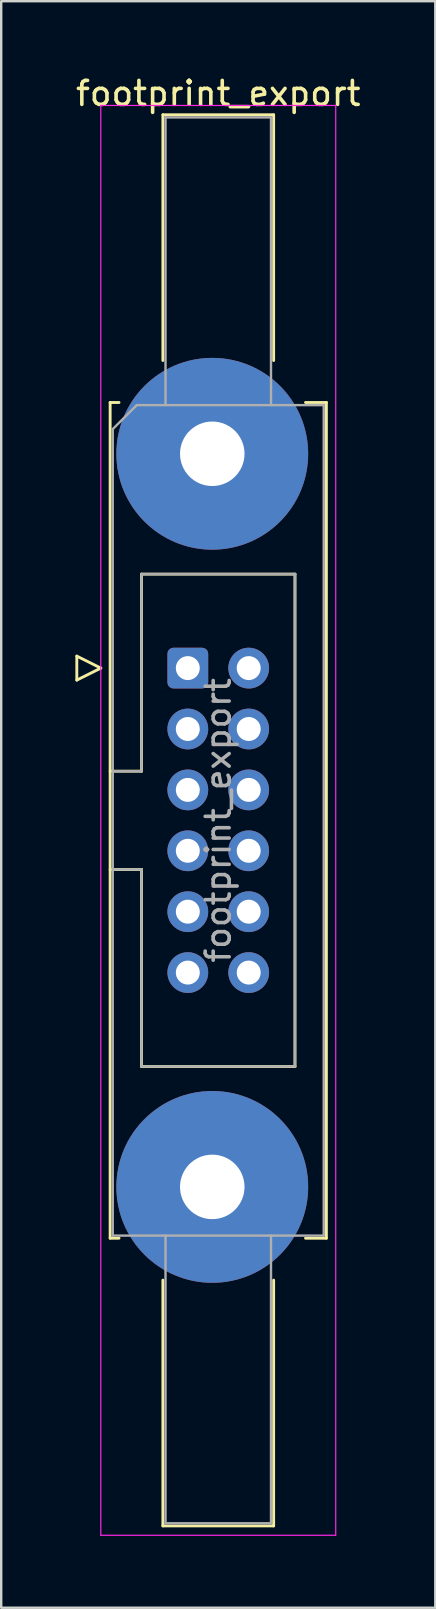
<source format=kicad_pcb>
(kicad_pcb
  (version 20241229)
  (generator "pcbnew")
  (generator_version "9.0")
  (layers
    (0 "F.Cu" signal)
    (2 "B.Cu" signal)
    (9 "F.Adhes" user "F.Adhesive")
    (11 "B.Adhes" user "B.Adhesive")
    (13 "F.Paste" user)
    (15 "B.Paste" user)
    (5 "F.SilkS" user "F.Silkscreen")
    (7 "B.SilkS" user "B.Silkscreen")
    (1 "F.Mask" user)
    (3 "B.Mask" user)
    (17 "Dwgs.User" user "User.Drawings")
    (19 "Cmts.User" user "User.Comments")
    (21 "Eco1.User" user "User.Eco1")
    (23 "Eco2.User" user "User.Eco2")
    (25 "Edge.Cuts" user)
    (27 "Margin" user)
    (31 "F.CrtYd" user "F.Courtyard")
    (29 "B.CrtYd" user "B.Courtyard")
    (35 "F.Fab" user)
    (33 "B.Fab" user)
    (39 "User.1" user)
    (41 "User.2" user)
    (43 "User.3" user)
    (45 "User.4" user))
  (footprint "footprint_export"
    (layer "F.Cu")
    (at 4.784 24.818)
    (property "Reference" "footprint_export" (at 1.27 -23.97 0) (layer "F.SilkS") (effects (font (size 1 1) (thickness 0.15))))
    (attr through_hole)
    (fp_line (start -4.63 -0.5) (end -4.63 0.5) (stroke (width 0.12) (type solid)) (layer "F.SilkS"))
    (fp_line (start -4.63 0.5) (end -3.63 0) (stroke (width 0.12) (type solid)) (layer "F.SilkS"))
    (fp_line (start -3.63 0) (end -4.63 -0.5) (stroke (width 0.12) (type solid)) (layer "F.SilkS"))
    (fp_line (start -3.24 -11.08) (end -3.24 23.78) (stroke (width 0.12) (type solid)) (layer "F.SilkS"))
    (fp_line (start -3.24 4.3) (end -1.93 4.3) (stroke (width 0.12) (type solid)) (layer "F.SilkS"))
    (fp_line (start -3.24 23.78) (end -2.87 23.78) (stroke (width 0.12) (type solid)) (layer "F.SilkS"))
    (fp_line (start -2.87 -11.08) (end -3.24 -11.08) (stroke (width 0.12) (type solid)) (layer "F.SilkS"))
    (fp_line (start -1.93 -3.92) (end 4.47 -3.92) (stroke (width 0.12) (type solid)) (layer "F.SilkS"))
    (fp_line (start -1.93 4.3) (end -1.93 -3.92) (stroke (width 0.12) (type solid)) (layer "F.SilkS"))
    (fp_line (start -1.93 8.4) (end -3.24 8.4) (stroke (width 0.12) (type solid)) (layer "F.SilkS"))
    (fp_line (start -1.93 8.4) (end -1.93 8.4) (stroke (width 0.12) (type solid)) (layer "F.SilkS"))
    (fp_line (start -1.93 16.62) (end -1.93 8.4) (stroke (width 0.12) (type solid)) (layer "F.SilkS"))
    (fp_line (start -1.04 -23.08) (end 3.58 -23.08) (stroke (width 0.12) (type solid)) (layer "F.SilkS"))
    (fp_line (start -1.04 -12.83) (end -1.04 -23.08) (stroke (width 0.12) (type solid)) (layer "F.SilkS"))
    (fp_line (start -1.04 25.53) (end -1.04 35.78) (stroke (width 0.12) (type solid)) (layer "F.SilkS"))
    (fp_line (start -1.04 35.78) (end 3.58 35.78) (stroke (width 0.12) (type solid)) (layer "F.SilkS"))
    (fp_line (start 3.58 -23.08) (end 3.58 -12.83) (stroke (width 0.12) (type solid)) (layer "F.SilkS"))
    (fp_line (start 3.58 35.78) (end 3.58 25.53) (stroke (width 0.12) (type solid)) (layer "F.SilkS"))
    (fp_line (start 4.47 -3.92) (end 4.47 16.62) (stroke (width 0.12) (type solid)) (layer "F.SilkS"))
    (fp_line (start 4.47 16.62) (end -1.93 16.62) (stroke (width 0.12) (type solid)) (layer "F.SilkS"))
    (fp_line (start 4.91 -11.08) (end 5.78 -11.08) (stroke (width 0.12) (type solid)) (layer "F.SilkS"))
    (fp_line (start 5.78 -11.08) (end 5.78 23.78) (stroke (width 0.12) (type solid)) (layer "F.SilkS"))
    (fp_line (start 5.78 23.78) (end 4.91 23.78) (stroke (width 0.12) (type solid)) (layer "F.SilkS"))
    (fp_line (start -3.63 -23.47) (end -3.63 36.17) (stroke (width 0.05) (type solid)) (layer "F.CrtYd"))
    (fp_line (start -3.63 36.17) (end 6.17 36.17) (stroke (width 0.05) (type solid)) (layer "F.CrtYd"))
    (fp_line (start 6.17 -23.47) (end -3.63 -23.47) (stroke (width 0.05) (type solid)) (layer "F.CrtYd"))
    (fp_line (start 6.17 36.17) (end 6.17 -23.47) (stroke (width 0.05) (type solid)) (layer "F.CrtYd"))
    (fp_line (start -3.13 -9.97) (end -2.13 -10.97) (stroke (width 0.1) (type solid)) (layer "F.Fab"))
    (fp_line (start -3.13 4.3) (end -1.93 4.3) (stroke (width 0.1) (type solid)) (layer "F.Fab"))
    (fp_line (start -3.13 23.67) (end -3.13 -9.97) (stroke (width 0.1) (type solid)) (layer "F.Fab"))
    (fp_line (start -2.13 -10.97) (end 5.67 -10.97) (stroke (width 0.1) (type solid)) (layer "F.Fab"))
    (fp_line (start -1.93 -3.92) (end 4.47 -3.92) (stroke (width 0.1) (type solid)) (layer "F.Fab"))
    (fp_line (start -1.93 4.3) (end -1.93 -3.92) (stroke (width 0.1) (type solid)) (layer "F.Fab"))
    (fp_line (start -1.93 8.4) (end -3.13 8.4) (stroke (width 0.1) (type solid)) (layer "F.Fab"))
    (fp_line (start -1.93 8.4) (end -1.93 8.4) (stroke (width 0.1) (type solid)) (layer "F.Fab"))
    (fp_line (start -1.93 16.62) (end -1.93 8.4) (stroke (width 0.1) (type solid)) (layer "F.Fab"))
    (fp_line (start -0.93 -22.97) (end 3.47 -22.97) (stroke (width 0.1) (type solid)) (layer "F.Fab"))
    (fp_line (start -0.93 -10.97) (end -0.93 -22.97) (stroke (width 0.1) (type solid)) (layer "F.Fab"))
    (fp_line (start -0.93 23.67) (end -0.93 35.67) (stroke (width 0.1) (type solid)) (layer "F.Fab"))
    (fp_line (start -0.93 35.67) (end 3.47 35.67) (stroke (width 0.1) (type solid)) (layer "F.Fab"))
    (fp_line (start 3.47 -22.97) (end 3.47 -10.97) (stroke (width 0.1) (type solid)) (layer "F.Fab"))
    (fp_line (start 3.47 35.67) (end 3.47 23.67) (stroke (width 0.1) (type solid)) (layer "F.Fab"))
    (fp_line (start 4.47 -3.92) (end 4.47 16.62) (stroke (width 0.1) (type solid)) (layer "F.Fab"))
    (fp_line (start 4.47 16.62) (end -1.93 16.62) (stroke (width 0.1) (type solid)) (layer "F.Fab"))
    (fp_line (start 5.67 -10.97) (end 5.67 23.67) (stroke (width 0.1) (type solid)) (layer "F.Fab"))
    (fp_line (start 5.67 23.67) (end -3.13 23.67) (stroke (width 0.1) (type solid)) (layer "F.Fab"))
    (fp_text user "${REFERENCE}" (at 1.27 6.35 90) (layer "F.Fab") (effects (font (size 1 1) (thickness 0.15))))
    (pad "1" thru_hole roundrect (at 0 0) (size 1.7 1.7) (drill 1) (layers "*.Cu" "*.Mask") (roundrect_rratio 0.147))
    (pad "2" thru_hole circle (at 2.54 0) (size 1.7 1.7) (drill 1) (layers "*.Cu" "*.Mask"))
    (pad "3" thru_hole circle (at 0 2.54) (size 1.7 1.7) (drill 1) (layers "*.Cu" "*.Mask"))
    (pad "4" thru_hole circle (at 2.54 2.54) (size 1.7 1.7) (drill 1) (layers "*.Cu" "*.Mask"))
    (pad "5" thru_hole circle (at 0 5.08) (size 1.7 1.7) (drill 1) (layers "*.Cu" "*.Mask"))
    (pad "6" thru_hole circle (at 2.54 5.08) (size 1.7 1.7) (drill 1) (layers "*.Cu" "*.Mask"))
    (pad "7" thru_hole circle (at 0 7.62) (size 1.7 1.7) (drill 1) (layers "*.Cu" "*.Mask"))
    (pad "8" thru_hole circle (at 2.54 7.62) (size 1.7 1.7) (drill 1) (layers "*.Cu" "*.Mask"))
    (pad "9" thru_hole circle (at 0 10.16) (size 1.7 1.7) (drill 1) (layers "*.Cu" "*.Mask"))
    (pad "10" thru_hole circle (at 2.54 10.16) (size 1.7 1.7) (drill 1) (layers "*.Cu" "*.Mask"))
    (pad "11" thru_hole circle (at 0 12.7) (size 1.7 1.7) (drill 1) (layers "*.Cu" "*.Mask"))
    (pad "12" thru_hole circle (at 2.54 12.7) (size 1.7 1.7) (drill 1) (layers "*.Cu" "*.Mask"))
    (pad "MP" thru_hole circle (at 1.02 -8.94) (size 8 8) (drill 2.69) (layers "*.Cu" "*.Mask"))
    (pad "MP" thru_hole circle (at 1.02 21.64) (size 8 8) (drill 2.69) (layers "*.Cu" "*.Mask")))
  (gr_rect
    (start -3 -3)
    (end 15.107 64.013)
    (stroke (width 0.1) (type default))
    (fill no)
    (layer "Edge.Cuts")))
</source>
